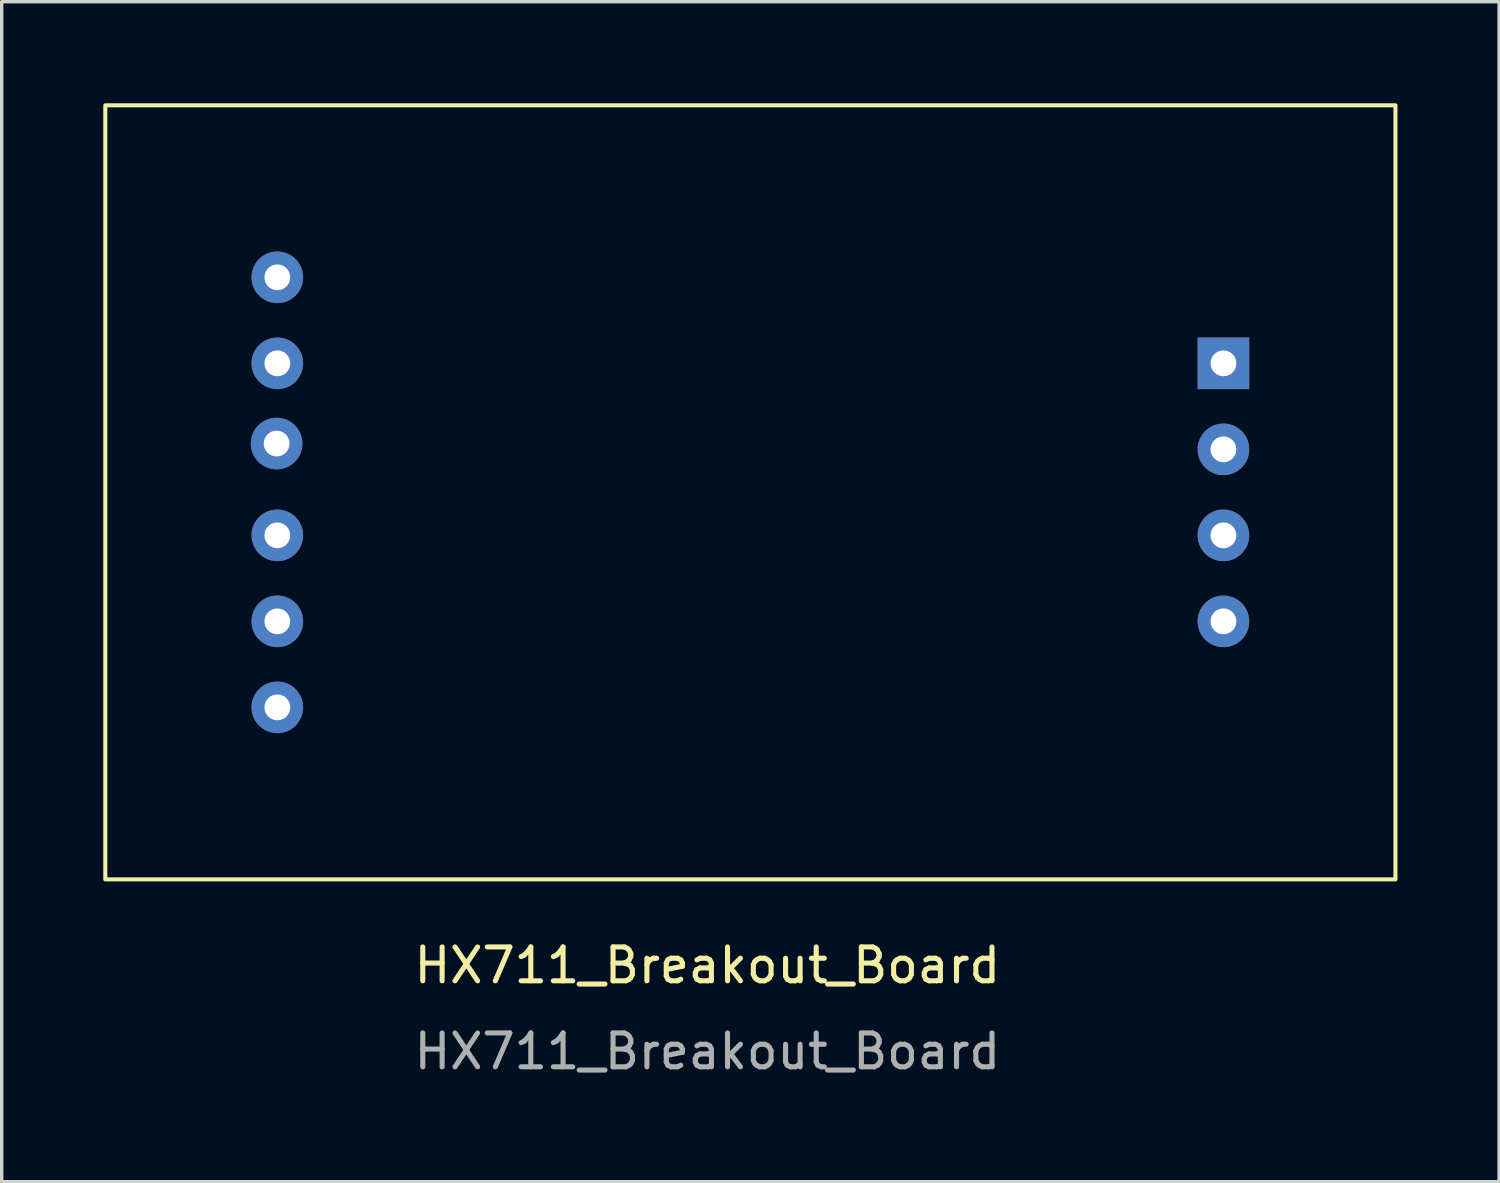
<source format=kicad_pcb>
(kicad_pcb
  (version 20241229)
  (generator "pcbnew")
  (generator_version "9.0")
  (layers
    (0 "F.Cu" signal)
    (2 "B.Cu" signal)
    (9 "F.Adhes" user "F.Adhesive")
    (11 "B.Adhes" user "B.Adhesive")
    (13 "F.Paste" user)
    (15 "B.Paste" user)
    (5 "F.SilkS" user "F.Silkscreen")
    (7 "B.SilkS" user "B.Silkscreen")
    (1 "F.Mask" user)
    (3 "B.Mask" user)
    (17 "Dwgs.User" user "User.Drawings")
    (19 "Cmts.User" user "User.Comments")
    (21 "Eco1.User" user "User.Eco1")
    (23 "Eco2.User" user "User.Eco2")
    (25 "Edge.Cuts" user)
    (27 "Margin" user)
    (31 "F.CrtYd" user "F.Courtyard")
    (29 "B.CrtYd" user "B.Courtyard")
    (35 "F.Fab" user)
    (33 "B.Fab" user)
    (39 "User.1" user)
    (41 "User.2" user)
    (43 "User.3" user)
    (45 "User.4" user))
  (footprint "HX711_Breakout_Board"
    (layer "F.Cu")
    (at 17.84 12.76)
    (property "Reference" "HX711_Breakout_Board" (at 0 12.7 0) (unlocked yes) (layer "F.SilkS") (effects (font (size 1 1) (thickness 0.15))))
    (attr through_hole)
    (fp_rect (start -17.78 -12.7) (end 20.32 10.16) (stroke (width 0.12) (type solid)) (fill no) (layer "F.SilkS"))
    (fp_text user "${REFERENCE}" (at 0 15.24 0) (unlocked yes) (layer "F.Fab") (effects (font (size 1 1) (thickness 0.15))))
    (pad "1" thru_hole circle (at -12.7 -7.62) (size 1.524 1.524) (drill 0.762) (layers "*.Cu" "*.Mask"))
    (pad "2" thru_hole circle (at -12.7 -5.08) (size 1.524 1.524) (drill 0.762) (layers "*.Cu" "*.Mask"))
    (pad "3" thru_hole circle (at -12.721 -2.711) (size 1.524 1.524) (drill 0.762) (layers "*.Cu" "*.Mask"))
    (pad "4" thru_hole circle (at -12.7 0) (size 1.524 1.524) (drill 0.762) (layers "*.Cu" "*.Mask"))
    (pad "5" thru_hole circle (at -12.7 2.54) (size 1.524 1.524) (drill 0.762) (layers "*.Cu" "*.Mask"))
    (pad "6" thru_hole circle (at -12.7 5.08) (size 1.524 1.524) (drill 0.762) (layers "*.Cu" "*.Mask"))
    (pad "7" thru_hole rect (at 15.24 -5.08) (size 1.524 1.524) (drill 0.762) (layers "*.Cu" "*.Mask"))
    (pad "8" thru_hole circle (at 15.24 -2.54) (size 1.524 1.524) (drill 0.762) (layers "*.Cu" "*.Mask"))
    (pad "9" thru_hole circle (at 15.24 0) (size 1.524 1.524) (drill 0.762) (layers "*.Cu" "*.Mask"))
    (pad "10" thru_hole circle (at 15.24 2.54) (size 1.524 1.524) (drill 0.762) (layers "*.Cu" "*.Mask")))
  (gr_rect
    (start -3 -3)
    (end 41.22 31.848)
    (stroke (width 0.1) (type default))
    (fill no)
    (layer "Edge.Cuts")))
</source>
